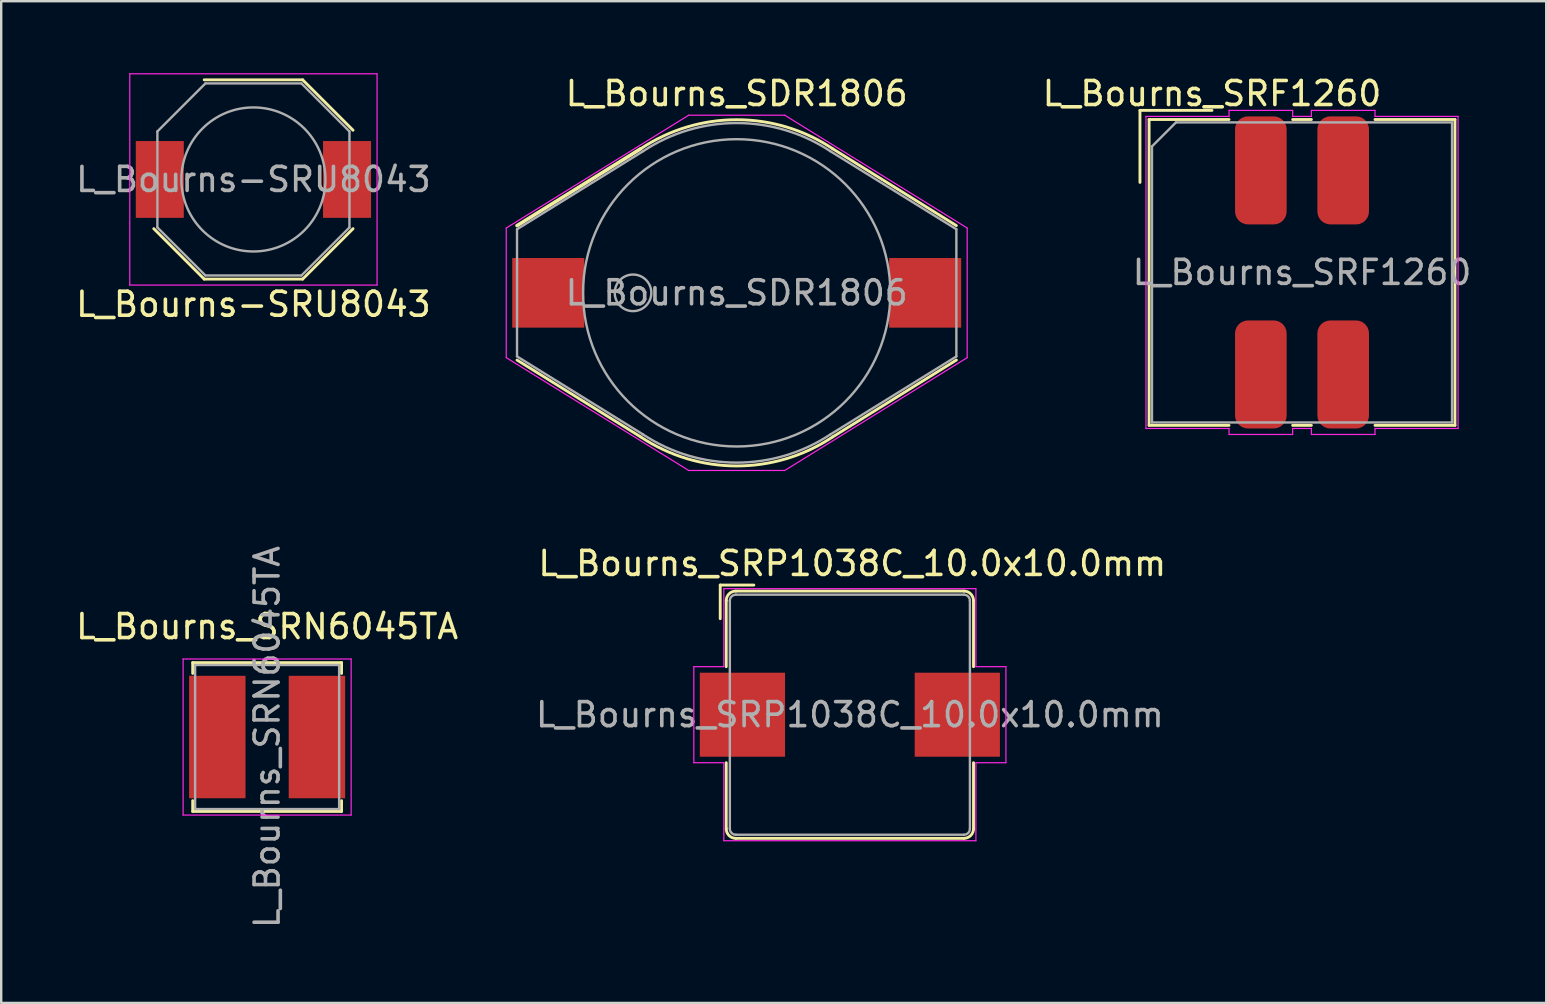
<source format=kicad_pcb>
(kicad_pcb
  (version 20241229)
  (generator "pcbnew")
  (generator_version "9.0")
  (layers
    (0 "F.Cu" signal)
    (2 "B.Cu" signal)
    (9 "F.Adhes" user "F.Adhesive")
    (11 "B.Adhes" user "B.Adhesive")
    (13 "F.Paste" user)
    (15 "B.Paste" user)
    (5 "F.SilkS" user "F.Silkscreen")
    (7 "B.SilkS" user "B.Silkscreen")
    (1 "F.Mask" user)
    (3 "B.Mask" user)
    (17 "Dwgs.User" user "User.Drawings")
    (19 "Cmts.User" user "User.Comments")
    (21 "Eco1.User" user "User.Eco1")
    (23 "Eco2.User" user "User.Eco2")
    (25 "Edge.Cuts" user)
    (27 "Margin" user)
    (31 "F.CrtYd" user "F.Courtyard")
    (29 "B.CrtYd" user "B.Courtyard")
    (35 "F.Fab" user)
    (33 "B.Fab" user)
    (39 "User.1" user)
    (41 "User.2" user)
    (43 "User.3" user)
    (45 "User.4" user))
  (footprint "L_Bourns_SDR1806"
    (layer "F.Cu")
    (at 27.637 9.148)
    (property "Reference" "L_Bourns_SDR1806" (at 0 -8.3 0) (layer "F.SilkS") (effects (font (size 1 1) (thickness 0.15))))
    (attr smd)
    (fp_line (start -9.15 -2.8) (end -4 -6) (stroke (width 0.15) (type solid)) (layer "F.SilkS"))
    (fp_line (start -4 6) (end -9.15 2.8) (stroke (width 0.12) (type solid)) (layer "F.SilkS"))
    (fp_line (start 4 -6) (end 9.15 -2.8) (stroke (width 0.12) (type solid)) (layer "F.SilkS"))
    (fp_line (start 9.15 2.8) (end 4 6) (stroke (width 0.12) (type solid)) (layer "F.SilkS"))
    (fp_arc (start -3.991604 -6.005589) (mid 0.005043 -7.211101) (end 4 -6) (stroke (width 0.12) (type solid)) (layer "F.SilkS"))
    (fp_arc (start 3.991604 6.005589) (mid -0.005043 7.211101) (end -4 6) (stroke (width 0.12) (type solid)) (layer "F.SilkS"))
    (fp_line (start -9.6 2.7) (end -9.6 -2.7) (stroke (width 0.05) (type solid)) (layer "F.CrtYd"))
    (fp_line (start -9.6 2.7) (end -2 7.4) (stroke (width 0.05) (type solid)) (layer "F.CrtYd"))
    (fp_line (start -2 -7.4) (end -9.6 -2.7) (stroke (width 0.05) (type solid)) (layer "F.CrtYd"))
    (fp_line (start -2 -7.4) (end 2 -7.4) (stroke (width 0.05) (type solid)) (layer "F.CrtYd"))
    (fp_line (start 2 7.4) (end -2 7.4) (stroke (width 0.05) (type solid)) (layer "F.CrtYd"))
    (fp_line (start 2 7.4) (end 9.6 2.7) (stroke (width 0.05) (type solid)) (layer "F.CrtYd"))
    (fp_line (start 9.6 -2.7) (end 2 -7.4) (stroke (width 0.05) (type solid)) (layer "F.CrtYd"))
    (fp_line (start 9.6 -2.7) (end 9.6 2.7) (stroke (width 0.05) (type solid)) (layer "F.CrtYd"))
    (fp_line (start -9.15 -2.65) (end -9.15 2.65) (stroke (width 0.1) (type solid)) (layer "F.Fab"))
    (fp_line (start -9.15 -2.65) (end -3.9 -5.9) (stroke (width 0.1) (type solid)) (layer "F.Fab"))
    (fp_line (start -3.9 5.9) (end -9.15 2.65) (stroke (width 0.1) (type solid)) (layer "F.Fab"))
    (fp_line (start 3.9 -5.9) (end 9.15 -2.65) (stroke (width 0.1) (type solid)) (layer "F.Fab"))
    (fp_line (start 9.15 2.65) (end 3.9 5.9) (stroke (width 0.1) (type solid)) (layer "F.Fab"))
    (fp_line (start 9.15 2.65) (end 9.15 -2.65) (stroke (width 0.1) (type solid)) (layer "F.Fab"))
    (fp_arc (start -3.896832 -5.902093) (mid 0.001898 -7.072482) (end 3.9 -5.9) (stroke (width 0.1) (type solid)) (layer "F.Fab"))
    (fp_arc (start 3.896832 5.902093) (mid -0.001898 7.072482) (end -3.9 5.9) (stroke (width 0.1) (type solid)) (layer "F.Fab"))
    (fp_circle (center -4.318 0) (end -4.318 -0.762) (stroke (width 0.1) (type solid)) (fill no) (layer "F.Fab"))
    (fp_circle (center 0 0) (end 0 -6.4) (stroke (width 0.1) (type solid)) (fill no) (layer "F.Fab"))
    (fp_text user "${REFERENCE}" (at 0 0 0) (layer "F.Fab") (effects (font (size 1 1) (thickness 0.15))))
    (pad "1" smd rect (at -7.85 0) (size 3 2.9) (layers "F.Cu" "F.Mask" "F.Paste"))
    (pad "2" smd rect (at 7.85 0 180) (size 3 2.9) (layers "F.Cu" "F.Mask" "F.Paste")))
  (footprint "L_Bourns_SRF1260"
    (layer "F.Cu")
    (at 51.185 8.298)
    (property "Reference" "L_Bourns_SRF1260" (at -3.75 -7.45 0) (layer "F.SilkS") (effects (font (size 1 1) (thickness 0.15))))
    (attr smd)
    (fp_line (start -6.75 -6.75) (end -3.75 -6.75) (stroke (width 0.12) (type solid)) (layer "F.SilkS"))
    (fp_line (start -6.75 -3.75) (end -6.75 -6.75) (stroke (width 0.12) (type solid)) (layer "F.SilkS"))
    (fp_line (start -6.37 -6.37) (end -6.37 6.37) (stroke (width 0.12) (type solid)) (layer "F.SilkS"))
    (fp_line (start -6.37 -6.37) (end -3.04 -6.37) (stroke (width 0.12) (type solid)) (layer "F.SilkS"))
    (fp_line (start -6.37 6.37) (end -3.04 6.37) (stroke (width 0.12) (type solid)) (layer "F.SilkS"))
    (fp_line (start -0.39 -6.37) (end 0.39 -6.37) (stroke (width 0.12) (type solid)) (layer "F.SilkS"))
    (fp_line (start -0.39 6.37) (end 0.39 6.37) (stroke (width 0.12) (type solid)) (layer "F.SilkS"))
    (fp_line (start 3.04 -6.37) (end 6.37 -6.37) (stroke (width 0.12) (type solid)) (layer "F.SilkS"))
    (fp_line (start 3.04 6.37) (end 6.37 6.37) (stroke (width 0.12) (type solid)) (layer "F.SilkS"))
    (fp_line (start 6.37 -6.37) (end 6.37 6.37) (stroke (width 0.12) (type solid)) (layer "F.SilkS"))
    (fp_line (start -6.5 -6.5) (end -6.5 6.5) (stroke (width 0.05) (type solid)) (layer "F.CrtYd"))
    (fp_line (start -6.5 -6.5) (end -3.04 -6.5) (stroke (width 0.05) (type solid)) (layer "F.CrtYd"))
    (fp_line (start -6.5 6.5) (end -3.04 6.5) (stroke (width 0.05) (type solid)) (layer "F.CrtYd"))
    (fp_line (start -3.04 -6.75) (end -0.39 -6.75) (stroke (width 0.05) (type solid)) (layer "F.CrtYd"))
    (fp_line (start -3.04 -6.5) (end -3.04 -6.75) (stroke (width 0.05) (type solid)) (layer "F.CrtYd"))
    (fp_line (start -3.04 6.5) (end -3.04 6.75) (stroke (width 0.05) (type solid)) (layer "F.CrtYd"))
    (fp_line (start -3.04 6.75) (end -0.39 6.75) (stroke (width 0.05) (type solid)) (layer "F.CrtYd"))
    (fp_line (start -0.39 -6.75) (end -0.39 -6.5) (stroke (width 0.05) (type solid)) (layer "F.CrtYd"))
    (fp_line (start -0.39 -6.5) (end 0.39 -6.5) (stroke (width 0.05) (type solid)) (layer "F.CrtYd"))
    (fp_line (start -0.39 6.5) (end 0.39 6.5) (stroke (width 0.05) (type solid)) (layer "F.CrtYd"))
    (fp_line (start -0.39 6.75) (end -0.39 6.5) (stroke (width 0.05) (type solid)) (layer "F.CrtYd"))
    (fp_line (start 0.39 -6.75) (end 3.04 -6.75) (stroke (width 0.05) (type solid)) (layer "F.CrtYd"))
    (fp_line (start 0.39 -6.5) (end 0.39 -6.75) (stroke (width 0.05) (type solid)) (layer "F.CrtYd"))
    (fp_line (start 0.39 6.5) (end 0.39 6.75) (stroke (width 0.05) (type solid)) (layer "F.CrtYd"))
    (fp_line (start 0.39 6.75) (end 3.04 6.75) (stroke (width 0.05) (type solid)) (layer "F.CrtYd"))
    (fp_line (start 3.04 -6.75) (end 3.04 -6.5) (stroke (width 0.05) (type solid)) (layer "F.CrtYd"))
    (fp_line (start 3.04 -6.5) (end 6.5 -6.5) (stroke (width 0.05) (type solid)) (layer "F.CrtYd"))
    (fp_line (start 3.04 6.5) (end 6.5 6.5) (stroke (width 0.05) (type solid)) (layer "F.CrtYd"))
    (fp_line (start 3.04 6.75) (end 3.04 6.5) (stroke (width 0.05) (type solid)) (layer "F.CrtYd"))
    (fp_line (start 6.5 -6.5) (end 6.5 6.5) (stroke (width 0.05) (type solid)) (layer "F.CrtYd"))
    (fp_line (start -6.25 -5.25) (end -5.25 -6.25) (stroke (width 0.1) (type solid)) (layer "F.Fab"))
    (fp_line (start -6.25 6.25) (end -6.25 -5.25) (stroke (width 0.1) (type solid)) (layer "F.Fab"))
    (fp_line (start -5.25 -6.25) (end 6.25 -6.25) (stroke (width 0.1) (type solid)) (layer "F.Fab"))
    (fp_line (start 6.25 -6.25) (end 6.25 6.25) (stroke (width 0.1) (type solid)) (layer "F.Fab"))
    (fp_line (start 6.25 6.25) (end -6.25 6.25) (stroke (width 0.1) (type solid)) (layer "F.Fab"))
    (fp_text user "${REFERENCE}" (at 0 0 0) (layer "F.Fab") (effects (font (size 1 1) (thickness 0.15))))
    (pad "1" smd roundrect (at -1.715 -4.25) (size 2.15 4.5) (layers "F.Cu" "F.Mask" "F.Paste") (roundrect_rratio 0.25))
    (pad "2" smd roundrect (at 1.715 -4.25) (size 2.15 4.5) (layers "F.Cu" "F.Mask" "F.Paste") (roundrect_rratio 0.25))
    (pad "3" smd roundrect (at 1.715 4.25) (size 2.15 4.5) (layers "F.Cu" "F.Mask" "F.Paste") (roundrect_rratio 0.25))
    (pad "4" smd roundrect (at -1.715 4.25) (size 2.15 4.5) (layers "F.Cu" "F.Mask" "F.Paste") (roundrect_rratio 0.25)))
  (footprint "L_Bourns_SRP1038C_10.0x10.0mm"
    (layer "F.Cu")
    (at 32.351 26.721)
    (property "Reference" "L_Bourns_SRP1038C_10.0x10.0mm" (at 0.1 -6.3 0) (layer "F.SilkS") (effects (font (size 1 1) (thickness 0.15))))
    (attr smd)
    (fp_line (start -5.4 -5.4) (end -5.4 -4) (stroke (width 0.12) (type solid)) (layer "F.SilkS"))
    (fp_line (start -5.4 -5.4) (end -4 -5.4) (stroke (width 0.12) (type solid)) (layer "F.SilkS"))
    (fp_line (start -5.15 -4.75) (end -5.15 -2) (stroke (width 0.12) (type solid)) (layer "F.SilkS"))
    (fp_line (start -5.15 2) (end -5.15 4.75) (stroke (width 0.12) (type solid)) (layer "F.SilkS"))
    (fp_line (start -4.75 -5.15) (end 4.75 -5.15) (stroke (width 0.12) (type solid)) (layer "F.SilkS"))
    (fp_line (start 4.75 5.15) (end -4.75 5.15) (stroke (width 0.12) (type solid)) (layer "F.SilkS"))
    (fp_line (start 5.15 -4.75) (end 5.15 -2) (stroke (width 0.12) (type solid)) (layer "F.SilkS"))
    (fp_line (start 5.15 2) (end 5.15 4.75) (stroke (width 0.12) (type solid)) (layer "F.SilkS"))
    (fp_arc (start -5.15 -4.75) (mid -5.032843 -5.032843) (end -4.75 -5.15) (stroke (width 0.12) (type solid)) (layer "F.SilkS"))
    (fp_arc (start -4.75 5.15) (mid -5.032843 5.032843) (end -5.15 4.75) (stroke (width 0.12) (type solid)) (layer "F.SilkS"))
    (fp_arc (start 4.75 -5.15) (mid 5.032843 -5.032843) (end 5.15 -4.75) (stroke (width 0.12) (type solid)) (layer "F.SilkS"))
    (fp_arc (start 5.15 4.75) (mid 5.032843 5.032843) (end 4.75 5.15) (stroke (width 0.12) (type solid)) (layer "F.SilkS"))
    (fp_line (start -6.5 -2) (end -6.5 2) (stroke (width 0.05) (type solid)) (layer "F.CrtYd"))
    (fp_line (start -6.5 -2) (end -5.25 -2) (stroke (width 0.05) (type solid)) (layer "F.CrtYd"))
    (fp_line (start -5.25 -5.25) (end -5.25 -2) (stroke (width 0.05) (type solid)) (layer "F.CrtYd"))
    (fp_line (start -5.25 -5.25) (end 5.25 -5.25) (stroke (width 0.05) (type solid)) (layer "F.CrtYd"))
    (fp_line (start -5.25 2) (end -6.5 2) (stroke (width 0.05) (type solid)) (layer "F.CrtYd"))
    (fp_line (start -5.25 5.25) (end -5.25 2) (stroke (width 0.05) (type solid)) (layer "F.CrtYd"))
    (fp_line (start 5.25 -5.25) (end 5.25 -2) (stroke (width 0.05) (type solid)) (layer "F.CrtYd"))
    (fp_line (start 5.25 2) (end 5.25 5.25) (stroke (width 0.05) (type solid)) (layer "F.CrtYd"))
    (fp_line (start 5.25 5.25) (end -5.25 5.25) (stroke (width 0.05) (type solid)) (layer "F.CrtYd"))
    (fp_line (start 6.5 -2) (end 5.25 -2) (stroke (width 0.05) (type solid)) (layer "F.CrtYd"))
    (fp_line (start 6.5 -2) (end 6.5 2) (stroke (width 0.05) (type solid)) (layer "F.CrtYd"))
    (fp_line (start 6.5 2) (end 5.25 2) (stroke (width 0.05) (type solid)) (layer "F.CrtYd"))
    (fp_line (start -5 -4.75) (end -5 4.75) (stroke (width 0.1) (type solid)) (layer "F.Fab"))
    (fp_line (start -4.75 -5) (end 4.75 -5) (stroke (width 0.1) (type solid)) (layer "F.Fab"))
    (fp_line (start 4.75 5) (end -4.75 5) (stroke (width 0.1) (type solid)) (layer "F.Fab"))
    (fp_line (start 5 -4.75) (end 5 4.75) (stroke (width 0.1) (type solid)) (layer "F.Fab"))
    (fp_arc (start -5 -4.75) (mid -4.926777 -4.926777) (end -4.75 -5) (stroke (width 0.1) (type solid)) (layer "F.Fab"))
    (fp_arc (start -4.75 5) (mid -4.926777 4.926777) (end -5 4.75) (stroke (width 0.1) (type solid)) (layer "F.Fab"))
    (fp_arc (start 4.75 -5) (mid 4.926777 -4.926777) (end 5 -4.75) (stroke (width 0.1) (type solid)) (layer "F.Fab"))
    (fp_arc (start 5 4.75) (mid 4.926777 4.926777) (end 4.75 5) (stroke (width 0.1) (type solid)) (layer "F.Fab"))
    (fp_text user "${REFERENCE}" (at 0 0 0) (layer "F.Fab") (effects (font (size 1 1) (thickness 0.15))))
    (pad "1" smd rect (at -4.475 0) (size 3.55 3.5) (layers "F.Cu" "F.Mask" "F.Paste"))
    (pad "2" smd rect (at 4.475 0) (size 3.55 3.5) (layers "F.Cu" "F.Mask" "F.Paste")))
  (footprint "L_Bourns_SRN6045TA"
    (layer "F.Cu")
    (at 8.077 27.651)
    (property "Reference" "L_Bourns_SRN6045TA" (at 0 -4.6 0) (layer "F.SilkS") (effects (font (size 1 1) (thickness 0.15))))
    (attr smd)
    (fp_line (start -3.1 -3.1) (end -3.1 -2.65) (stroke (width 0.12) (type solid)) (layer "F.SilkS"))
    (fp_line (start -3.1 -3.1) (end 3.1 -3.1) (stroke (width 0.12) (type solid)) (layer "F.SilkS"))
    (fp_line (start -3.1 3.1) (end -3.1 2.65) (stroke (width 0.12) (type solid)) (layer "F.SilkS"))
    (fp_line (start 3.1 -3.1) (end 3.1 -2.65) (stroke (width 0.12) (type solid)) (layer "F.SilkS"))
    (fp_line (start 3.1 3.1) (end -3.1 3.1) (stroke (width 0.12) (type solid)) (layer "F.SilkS"))
    (fp_line (start 3.1 3.1) (end 3.1 2.65) (stroke (width 0.12) (type solid)) (layer "F.SilkS"))
    (fp_line (start -3.5 -3.25) (end -3.5 3.25) (stroke (width 0.05) (type solid)) (layer "F.CrtYd"))
    (fp_line (start -3.5 3.25) (end 3.5 3.25) (stroke (width 0.05) (type solid)) (layer "F.CrtYd"))
    (fp_line (start 3.5 -3.25) (end -3.5 -3.25) (stroke (width 0.05) (type solid)) (layer "F.CrtYd"))
    (fp_line (start 3.5 3.25) (end 3.5 -3.25) (stroke (width 0.05) (type solid)) (layer "F.CrtYd"))
    (fp_line (start -3 -3) (end -3 3) (stroke (width 0.1) (type solid)) (layer "F.Fab"))
    (fp_line (start -3 -3) (end 3 -3) (stroke (width 0.1) (type solid)) (layer "F.Fab"))
    (fp_line (start -3 3) (end 3 3) (stroke (width 0.1) (type solid)) (layer "F.Fab"))
    (fp_line (start 3 3) (end 3 -3) (stroke (width 0.1) (type solid)) (layer "F.Fab"))
    (fp_text user "${REFERENCE}" (at 0 0 90) (layer "F.Fab") (effects (font (size 1 1) (thickness 0.15))))
    (pad "1" smd rect (at -2.075 0) (size 2.35 5.1) (layers "F.Cu" "F.Mask" "F.Paste"))
    (pad "2" smd rect (at 2.075 0) (size 2.35 5.1) (layers "F.Cu" "F.Mask" "F.Paste")))
  (footprint "L_Bourns-SRU8043"
    (layer "F.Cu")
    (at 7.506 4.425)
    (property "Reference" "L_Bourns-SRU8043" (at 0 5.2 0) (layer "F.SilkS") (effects (font (size 1 1) (thickness 0.15))))
    (attr smd)
    (fp_line (start -2.05 -4.15) (end 2.05 -4.15) (stroke (width 0.12) (type solid)) (layer "F.SilkS"))
    (fp_line (start -2.05 4.15) (end -4.15 2.05) (stroke (width 0.12) (type solid)) (layer "F.SilkS"))
    (fp_line (start 2.05 -4.15) (end 4.15 -2.05) (stroke (width 0.12) (type solid)) (layer "F.SilkS"))
    (fp_line (start 2.05 4.15) (end -2.05 4.15) (stroke (width 0.12) (type solid)) (layer "F.SilkS"))
    (fp_line (start 2.05 4.15) (end 4.15 2.05) (stroke (width 0.12) (type solid)) (layer "F.SilkS"))
    (fp_line (start -5.15 -4.4) (end 5.15 -4.4) (stroke (width 0.05) (type solid)) (layer "F.CrtYd"))
    (fp_line (start -5.15 4.4) (end -5.15 -4.4) (stroke (width 0.05) (type solid)) (layer "F.CrtYd"))
    (fp_line (start 5.15 -4.4) (end 5.15 4.4) (stroke (width 0.05) (type solid)) (layer "F.CrtYd"))
    (fp_line (start 5.15 4.4) (end -5.15 4.4) (stroke (width 0.05) (type solid)) (layer "F.CrtYd"))
    (fp_line (start -4 -2) (end -2 -4) (stroke (width 0.1) (type solid)) (layer "F.Fab"))
    (fp_line (start -4 2) (end -4 -2) (stroke (width 0.1) (type solid)) (layer "F.Fab"))
    (fp_line (start -2 -4) (end 2 -4) (stroke (width 0.1) (type solid)) (layer "F.Fab"))
    (fp_line (start -2 4) (end -4 2) (stroke (width 0.1) (type solid)) (layer "F.Fab"))
    (fp_line (start 2 -4) (end 4 -2) (stroke (width 0.1) (type solid)) (layer "F.Fab"))
    (fp_line (start 2 4) (end -2 4) (stroke (width 0.1) (type solid)) (layer "F.Fab"))
    (fp_line (start 4 -2) (end 4 2) (stroke (width 0.1) (type solid)) (layer "F.Fab"))
    (fp_line (start 4 2) (end 2 4) (stroke (width 0.1) (type solid)) (layer "F.Fab"))
    (fp_circle (center 0 0) (end 0 -3) (stroke (width 0.1) (type solid)) (fill no) (layer "F.Fab"))
    (fp_text user "${REFERENCE}" (at 0 0 0) (layer "F.Fab") (effects (font (size 1 1) (thickness 0.15))))
    (pad "1" smd rect (at -3.9 0) (size 2 3.2) (layers "F.Cu" "F.Mask" "F.Paste"))
    (pad "2" smd rect (at 3.9 0) (size 2 3.2) (layers "F.Cu" "F.Mask" "F.Paste")))
  (gr_rect
    (start -3 -3)
    (end 61.357 38.728)
    (stroke (width 0.1) (type default))
    (fill no)
    (layer "Edge.Cuts")))
</source>
